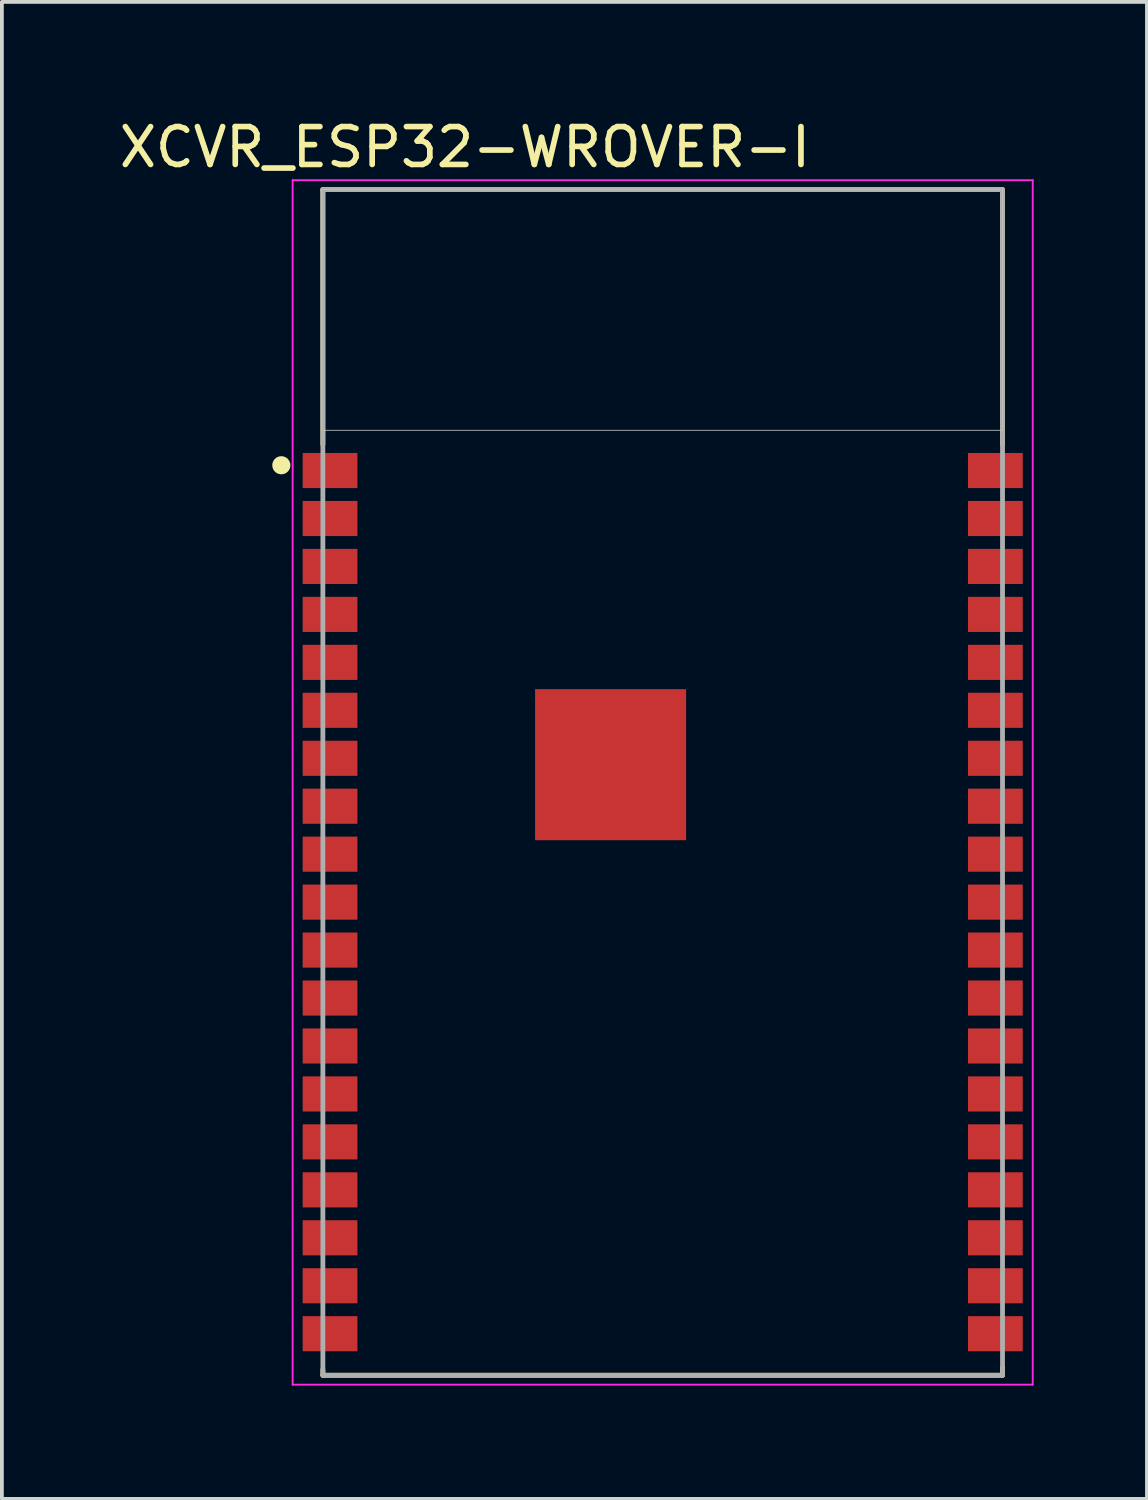
<source format=kicad_pcb>
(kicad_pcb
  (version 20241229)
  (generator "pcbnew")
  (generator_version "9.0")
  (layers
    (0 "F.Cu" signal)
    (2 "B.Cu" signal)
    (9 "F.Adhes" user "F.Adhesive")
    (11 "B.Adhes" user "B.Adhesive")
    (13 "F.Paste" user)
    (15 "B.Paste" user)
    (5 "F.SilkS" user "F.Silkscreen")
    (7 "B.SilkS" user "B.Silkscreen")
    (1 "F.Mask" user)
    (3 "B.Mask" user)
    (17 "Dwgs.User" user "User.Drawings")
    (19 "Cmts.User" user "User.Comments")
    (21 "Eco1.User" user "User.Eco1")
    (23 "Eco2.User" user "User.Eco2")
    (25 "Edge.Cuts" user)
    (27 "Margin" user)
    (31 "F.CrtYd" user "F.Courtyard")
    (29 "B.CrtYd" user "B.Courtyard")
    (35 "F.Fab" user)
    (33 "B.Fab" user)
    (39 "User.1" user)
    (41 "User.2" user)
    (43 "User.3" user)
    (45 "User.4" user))
  (footprint "XCVR_ESP32-WROVER-I"
    (layer "F.Cu")
    (at 14.501 17.672)
    (property "Reference" "XCVR_ESP32-WROVER-I" (at -5.237 -16.823 0) (layer "F.SilkS") (effects (font (size 1.002 1.002) (thickness 0.15))))
    (attr through_hole)
    (fp_line (start -9 -15.7) (end 9 -15.7) (stroke (width 0.127) (type solid)) (layer "F.SilkS"))
    (fp_line (start -9 -8.95) (end -9 -15.7) (stroke (width 0.127) (type solid)) (layer "F.SilkS"))
    (fp_line (start -9 15.55) (end -9 15.7) (stroke (width 0.127) (type solid)) (layer "F.SilkS"))
    (fp_line (start -9 15.7) (end 9 15.7) (stroke (width 0.127) (type solid)) (layer "F.SilkS"))
    (fp_line (start 9 -15.7) (end 9 -8.95) (stroke (width 0.127) (type solid)) (layer "F.SilkS"))
    (fp_line (start 9 15.7) (end 9 15.5) (stroke (width 0.127) (type solid)) (layer "F.SilkS"))
    (fp_circle (center -10.1 -8.4) (end -9.98 -8.4) (stroke (width 0.24) (type solid)) (fill no) (layer "F.SilkS"))
    (fp_poly (pts (xy -2.648 -1.735) (xy -0.115 -1.735) (xy -0.115 0.796) (xy -2.648 0.796)) (stroke (width 0.01) (type solid)) (fill yes) (layer "F.Paste"))
    (fp_poly (pts (xy -9.03 -15.7) (xy 9 -15.7) (xy 9 -9.331) (xy -9.03 -9.331)) (stroke (width 0.01) (type solid)) (fill no) (layer "Dwgs.User"))
    (fp_poly (pts (xy -9.029 -15.7) (xy 9 -15.7) (xy 9 -9.33) (xy -9.029 -9.33)) (stroke (width 0.01) (type solid)) (fill no) (layer "Dwgs.User"))
    (fp_poly (pts (xy -9.023 -15.7) (xy 9 -15.7) (xy 9 -9.324) (xy -9.023 -9.324)) (stroke (width 0.01) (type solid)) (fill no) (layer "Dwgs.User"))
    (fp_line (start -9.8 -15.95) (end 9.8 -15.95) (stroke (width 0.05) (type solid)) (layer "F.CrtYd"))
    (fp_line (start -9.8 15.95) (end -9.8 -15.95) (stroke (width 0.05) (type solid)) (layer "F.CrtYd"))
    (fp_line (start 9.8 -15.95) (end 9.8 15.95) (stroke (width 0.05) (type solid)) (layer "F.CrtYd"))
    (fp_line (start 9.8 15.95) (end -9.8 15.95) (stroke (width 0.05) (type solid)) (layer "F.CrtYd"))
    (fp_line (start -9 -15.7) (end 9 -15.7) (stroke (width 0.127) (type solid)) (layer "F.Fab"))
    (fp_line (start -9 15.7) (end -9 -15.7) (stroke (width 0.127) (type solid)) (layer "F.Fab"))
    (fp_line (start 9 -15.7) (end 9 15.7) (stroke (width 0.127) (type solid)) (layer "F.Fab"))
    (fp_line (start 9 15.7) (end -9 15.7) (stroke (width 0.127) (type solid)) (layer "F.Fab"))
    (pad "1" smd rect (at -8.81 -8.26) (size 1.45 0.93) (layers "F.Cu" "F.Mask" "F.Paste"))
    (pad "2" smd rect (at -8.81 -6.99) (size 1.45 0.93) (layers "F.Cu" "F.Mask" "F.Paste"))
    (pad "3" smd rect (at -8.81 -5.72) (size 1.45 0.93) (layers "F.Cu" "F.Mask" "F.Paste"))
    (pad "4" smd rect (at -8.81 -4.45) (size 1.45 0.93) (layers "F.Cu" "F.Mask" "F.Paste"))
    (pad "5" smd rect (at -8.81 -3.18) (size 1.45 0.93) (layers "F.Cu" "F.Mask" "F.Paste"))
    (pad "6" smd rect (at -8.81 -1.91) (size 1.45 0.93) (layers "F.Cu" "F.Mask" "F.Paste"))
    (pad "7" smd rect (at -8.81 -0.64) (size 1.45 0.93) (layers "F.Cu" "F.Mask" "F.Paste"))
    (pad "8" smd rect (at -8.81 0.63) (size 1.45 0.93) (layers "F.Cu" "F.Mask" "F.Paste"))
    (pad "9" smd rect (at -8.81 1.9) (size 1.45 0.93) (layers "F.Cu" "F.Mask" "F.Paste"))
    (pad "10" smd rect (at -8.81 3.17) (size 1.45 0.93) (layers "F.Cu" "F.Mask" "F.Paste"))
    (pad "11" smd rect (at -8.81 4.44) (size 1.45 0.93) (layers "F.Cu" "F.Mask" "F.Paste"))
    (pad "12" smd rect (at -8.81 5.71) (size 1.45 0.93) (layers "F.Cu" "F.Mask" "F.Paste"))
    (pad "13" smd rect (at -8.81 6.98) (size 1.45 0.93) (layers "F.Cu" "F.Mask" "F.Paste"))
    (pad "14" smd rect (at -8.81 8.25) (size 1.45 0.93) (layers "F.Cu" "F.Mask" "F.Paste"))
    (pad "15" smd rect (at -8.81 9.52) (size 1.45 0.93) (layers "F.Cu" "F.Mask" "F.Paste"))
    (pad "16" smd rect (at -8.81 10.79) (size 1.45 0.93) (layers "F.Cu" "F.Mask" "F.Paste"))
    (pad "17" smd rect (at -8.81 12.06) (size 1.45 0.93) (layers "F.Cu" "F.Mask" "F.Paste"))
    (pad "18" smd rect (at -8.81 13.33) (size 1.45 0.93) (layers "F.Cu" "F.Mask" "F.Paste"))
    (pad "19" smd rect (at -8.81 14.6) (size 1.45 0.93) (layers "F.Cu" "F.Mask" "F.Paste"))
    (pad "20" smd rect (at 8.81 14.6) (size 1.45 0.93) (layers "F.Cu" "F.Mask" "F.Paste"))
    (pad "21" smd rect (at 8.81 13.33) (size 1.45 0.93) (layers "F.Cu" "F.Mask" "F.Paste"))
    (pad "22" smd rect (at 8.81 12.06) (size 1.45 0.93) (layers "F.Cu" "F.Mask" "F.Paste"))
    (pad "23" smd rect (at 8.81 10.79) (size 1.45 0.93) (layers "F.Cu" "F.Mask" "F.Paste"))
    (pad "24" smd rect (at 8.81 9.52) (size 1.45 0.93) (layers "F.Cu" "F.Mask" "F.Paste"))
    (pad "25" smd rect (at 8.81 8.25) (size 1.45 0.93) (layers "F.Cu" "F.Mask" "F.Paste"))
    (pad "26" smd rect (at 8.81 6.98) (size 1.45 0.93) (layers "F.Cu" "F.Mask" "F.Paste"))
    (pad "27" smd rect (at 8.81 5.71) (size 1.45 0.93) (layers "F.Cu" "F.Mask" "F.Paste"))
    (pad "28" smd rect (at 8.81 4.44) (size 1.45 0.93) (layers "F.Cu" "F.Mask" "F.Paste"))
    (pad "29" smd rect (at 8.81 3.17) (size 1.45 0.93) (layers "F.Cu" "F.Mask" "F.Paste"))
    (pad "30" smd rect (at 8.81 1.9) (size 1.45 0.93) (layers "F.Cu" "F.Mask" "F.Paste"))
    (pad "31" smd rect (at 8.81 0.63) (size 1.45 0.93) (layers "F.Cu" "F.Mask" "F.Paste"))
    (pad "32" smd rect (at 8.81 -0.64) (size 1.45 0.93) (layers "F.Cu" "F.Mask" "F.Paste"))
    (pad "33" smd rect (at 8.81 -1.91) (size 1.45 0.93) (layers "F.Cu" "F.Mask" "F.Paste"))
    (pad "34" smd rect (at 8.81 -3.18) (size 1.45 0.93) (layers "F.Cu" "F.Mask" "F.Paste"))
    (pad "35" smd rect (at 8.81 -4.45) (size 1.45 0.93) (layers "F.Cu" "F.Mask" "F.Paste"))
    (pad "36" smd rect (at 8.81 -5.72) (size 1.45 0.93) (layers "F.Cu" "F.Mask" "F.Paste"))
    (pad "37" smd rect (at 8.81 -6.99) (size 1.45 0.93) (layers "F.Cu" "F.Mask" "F.Paste"))
    (pad "38" smd rect (at 8.81 -8.26) (size 1.45 0.93) (layers "F.Cu" "F.Mask" "F.Paste"))
    (pad "39" smd rect (at -1.38 -0.47) (size 4 4) (layers "F.Cu" "F.Mask")))
  (gr_rect
    (start -3 -3)
    (end 27.326 36.647)
    (stroke (width 0.1) (type default))
    (fill no)
    (layer "Edge.Cuts")))
</source>
